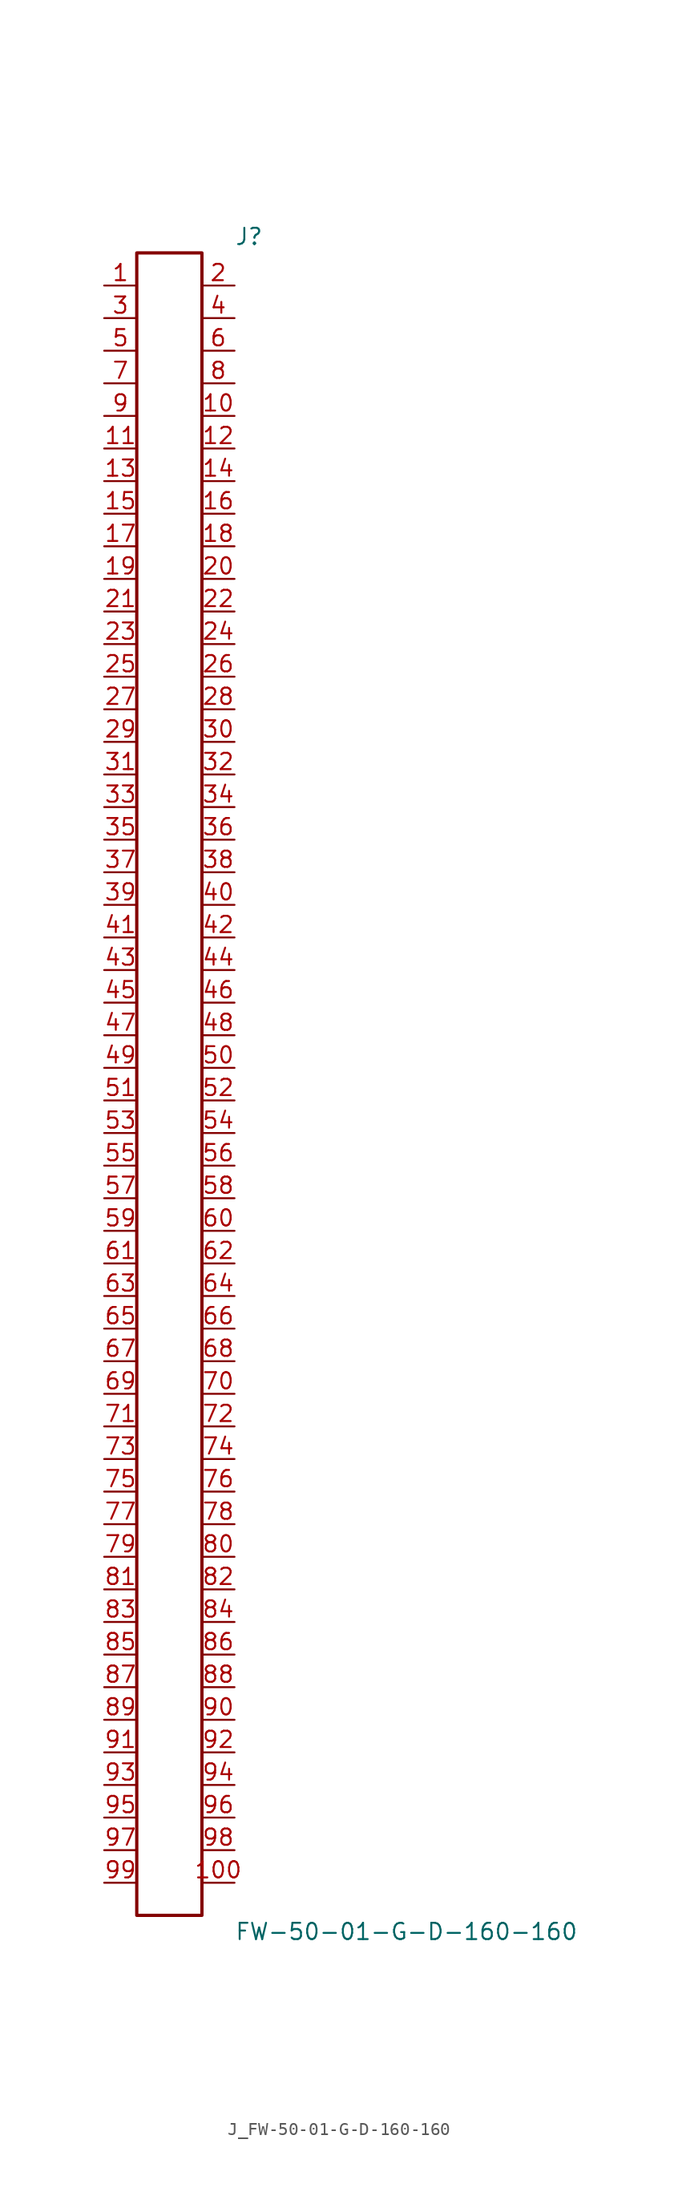
<source format=kicad_sym>
(kicad_symbol_lib
  (version 20231120)
  (generator kicad_symbol_editor)
  (generator_version 8.0)
  (symbol "J_FW-50-01-G-D-160-160"
    (pin_names
      (offset 0.254))
    (property "Reference" "J"
      (at 5.08 66.04 0)
      (effects (font (size 1.27 1.27)) (justify left)))
    (property "Value" "FW-50-01-G-D-160-160"
      (at 5.08 -66.04 0)
      (effects (font (size 1.27 1.27)) (justify left)))
    (symbol "J_FW-50-01-G-D-160-160_0_0"
      (pin unspecified line (at -5.08 62.23 0) (length 2.54) (name "" (effects (font (size 1.27 1.27)))) (number "1" (effects (font (size 1.27 1.27)))))
      (pin unspecified line (at 5.08 62.23 180) (length 2.54) (name "" (effects (font (size 1.27 1.27)))) (number "2" (effects (font (size 1.27 1.27)))))
      (pin unspecified line (at -5.08 59.69 0) (length 2.54) (name "" (effects (font (size 1.27 1.27)))) (number "3" (effects (font (size 1.27 1.27)))))
      (pin unspecified line (at 5.08 59.69 180) (length 2.54) (name "" (effects (font (size 1.27 1.27)))) (number "4" (effects (font (size 1.27 1.27)))))
      (pin unspecified line (at -5.08 57.15 0) (length 2.54) (name "" (effects (font (size 1.27 1.27)))) (number "5" (effects (font (size 1.27 1.27)))))
      (pin unspecified line (at 5.08 57.15 180) (length 2.54) (name "" (effects (font (size 1.27 1.27)))) (number "6" (effects (font (size 1.27 1.27)))))
      (pin unspecified line (at -5.08 54.61 0) (length 2.54) (name "" (effects (font (size 1.27 1.27)))) (number "7" (effects (font (size 1.27 1.27)))))
      (pin unspecified line (at 5.08 54.61 180) (length 2.54) (name "" (effects (font (size 1.27 1.27)))) (number "8" (effects (font (size 1.27 1.27)))))
      (pin unspecified line (at -5.08 52.07 0) (length 2.54) (name "" (effects (font (size 1.27 1.27)))) (number "9" (effects (font (size 1.27 1.27)))))
      (pin unspecified line (at 5.08 52.07 180) (length 2.54) (name "" (effects (font (size 1.27 1.27)))) (number "10" (effects (font (size 1.27 1.27)))))
      (pin unspecified line (at -5.08 49.53 0) (length 2.54) (name "" (effects (font (size 1.27 1.27)))) (number "11" (effects (font (size 1.27 1.27)))))
      (pin unspecified line (at 5.08 49.53 180) (length 2.54) (name "" (effects (font (size 1.27 1.27)))) (number "12" (effects (font (size 1.27 1.27)))))
      (pin unspecified line (at -5.08 46.99 0) (length 2.54) (name "" (effects (font (size 1.27 1.27)))) (number "13" (effects (font (size 1.27 1.27)))))
      (pin unspecified line (at 5.08 46.99 180) (length 2.54) (name "" (effects (font (size 1.27 1.27)))) (number "14" (effects (font (size 1.27 1.27)))))
      (pin unspecified line (at -5.08 44.45 0) (length 2.54) (name "" (effects (font (size 1.27 1.27)))) (number "15" (effects (font (size 1.27 1.27)))))
      (pin unspecified line (at 5.08 44.45 180) (length 2.54) (name "" (effects (font (size 1.27 1.27)))) (number "16" (effects (font (size 1.27 1.27)))))
      (pin unspecified line (at -5.08 41.91 0) (length 2.54) (name "" (effects (font (size 1.27 1.27)))) (number "17" (effects (font (size 1.27 1.27)))))
      (pin unspecified line (at 5.08 41.91 180) (length 2.54) (name "" (effects (font (size 1.27 1.27)))) (number "18" (effects (font (size 1.27 1.27)))))
      (pin unspecified line (at -5.08 39.37 0) (length 2.54) (name "" (effects (font (size 1.27 1.27)))) (number "19" (effects (font (size 1.27 1.27)))))
      (pin unspecified line (at 5.08 39.37 180) (length 2.54) (name "" (effects (font (size 1.27 1.27)))) (number "20" (effects (font (size 1.27 1.27)))))
      (pin unspecified line (at -5.08 36.83 0) (length 2.54) (name "" (effects (font (size 1.27 1.27)))) (number "21" (effects (font (size 1.27 1.27)))))
      (pin unspecified line (at 5.08 36.83 180) (length 2.54) (name "" (effects (font (size 1.27 1.27)))) (number "22" (effects (font (size 1.27 1.27)))))
      (pin unspecified line (at -5.08 34.29 0) (length 2.54) (name "" (effects (font (size 1.27 1.27)))) (number "23" (effects (font (size 1.27 1.27)))))
      (pin unspecified line (at 5.08 34.29 180) (length 2.54) (name "" (effects (font (size 1.27 1.27)))) (number "24" (effects (font (size 1.27 1.27)))))
      (pin unspecified line (at -5.08 31.75 0) (length 2.54) (name "" (effects (font (size 1.27 1.27)))) (number "25" (effects (font (size 1.27 1.27)))))
      (pin unspecified line (at 5.08 31.75 180) (length 2.54) (name "" (effects (font (size 1.27 1.27)))) (number "26" (effects (font (size 1.27 1.27)))))
      (pin unspecified line (at -5.08 29.21 0) (length 2.54) (name "" (effects (font (size 1.27 1.27)))) (number "27" (effects (font (size 1.27 1.27)))))
      (pin unspecified line (at 5.08 29.21 180) (length 2.54) (name "" (effects (font (size 1.27 1.27)))) (number "28" (effects (font (size 1.27 1.27)))))
      (pin unspecified line (at -5.08 26.67 0) (length 2.54) (name "" (effects (font (size 1.27 1.27)))) (number "29" (effects (font (size 1.27 1.27)))))
      (pin unspecified line (at 5.08 26.67 180) (length 2.54) (name "" (effects (font (size 1.27 1.27)))) (number "30" (effects (font (size 1.27 1.27)))))
      (pin unspecified line (at -5.08 24.13 0) (length 2.54) (name "" (effects (font (size 1.27 1.27)))) (number "31" (effects (font (size 1.27 1.27)))))
      (pin unspecified line (at 5.08 24.13 180) (length 2.54) (name "" (effects (font (size 1.27 1.27)))) (number "32" (effects (font (size 1.27 1.27)))))
      (pin unspecified line (at -5.08 21.59 0) (length 2.54) (name "" (effects (font (size 1.27 1.27)))) (number "33" (effects (font (size 1.27 1.27)))))
      (pin unspecified line (at 5.08 21.59 180) (length 2.54) (name "" (effects (font (size 1.27 1.27)))) (number "34" (effects (font (size 1.27 1.27)))))
      (pin unspecified line (at -5.08 19.05 0) (length 2.54) (name "" (effects (font (size 1.27 1.27)))) (number "35" (effects (font (size 1.27 1.27)))))
      (pin unspecified line (at 5.08 19.05 180) (length 2.54) (name "" (effects (font (size 1.27 1.27)))) (number "36" (effects (font (size 1.27 1.27)))))
      (pin unspecified line (at -5.08 16.51 0) (length 2.54) (name "" (effects (font (size 1.27 1.27)))) (number "37" (effects (font (size 1.27 1.27)))))
      (pin unspecified line (at 5.08 16.51 180) (length 2.54) (name "" (effects (font (size 1.27 1.27)))) (number "38" (effects (font (size 1.27 1.27)))))
      (pin unspecified line (at -5.08 13.97 0) (length 2.54) (name "" (effects (font (size 1.27 1.27)))) (number "39" (effects (font (size 1.27 1.27)))))
      (pin unspecified line (at 5.08 13.97 180) (length 2.54) (name "" (effects (font (size 1.27 1.27)))) (number "40" (effects (font (size 1.27 1.27)))))
      (pin unspecified line (at -5.08 11.43 0) (length 2.54) (name "" (effects (font (size 1.27 1.27)))) (number "41" (effects (font (size 1.27 1.27)))))
      (pin unspecified line (at 5.08 11.43 180) (length 2.54) (name "" (effects (font (size 1.27 1.27)))) (number "42" (effects (font (size 1.27 1.27)))))
      (pin unspecified line (at -5.08 8.89 0) (length 2.54) (name "" (effects (font (size 1.27 1.27)))) (number "43" (effects (font (size 1.27 1.27)))))
      (pin unspecified line (at 5.08 8.89 180) (length 2.54) (name "" (effects (font (size 1.27 1.27)))) (number "44" (effects (font (size 1.27 1.27)))))
      (pin unspecified line (at -5.08 6.35 0) (length 2.54) (name "" (effects (font (size 1.27 1.27)))) (number "45" (effects (font (size 1.27 1.27)))))
      (pin unspecified line (at 5.08 6.35 180) (length 2.54) (name "" (effects (font (size 1.27 1.27)))) (number "46" (effects (font (size 1.27 1.27)))))
      (pin unspecified line (at -5.08 3.81 0) (length 2.54) (name "" (effects (font (size 1.27 1.27)))) (number "47" (effects (font (size 1.27 1.27)))))
      (pin unspecified line (at 5.08 3.81 180) (length 2.54) (name "" (effects (font (size 1.27 1.27)))) (number "48" (effects (font (size 1.27 1.27)))))
      (pin unspecified line (at -5.08 1.27 0) (length 2.54) (name "" (effects (font (size 1.27 1.27)))) (number "49" (effects (font (size 1.27 1.27)))))
      (pin unspecified line (at 5.08 1.27 180) (length 2.54) (name "" (effects (font (size 1.27 1.27)))) (number "50" (effects (font (size 1.27 1.27)))))
      (pin unspecified line (at -5.08 -1.27 0) (length 2.54) (name "" (effects (font (size 1.27 1.27)))) (number "51" (effects (font (size 1.27 1.27)))))
      (pin unspecified line (at 5.08 -1.27 180) (length 2.54) (name "" (effects (font (size 1.27 1.27)))) (number "52" (effects (font (size 1.27 1.27)))))
      (pin unspecified line (at -5.08 -3.81 0) (length 2.54) (name "" (effects (font (size 1.27 1.27)))) (number "53" (effects (font (size 1.27 1.27)))))
      (pin unspecified line (at 5.08 -3.81 180) (length 2.54) (name "" (effects (font (size 1.27 1.27)))) (number "54" (effects (font (size 1.27 1.27)))))
      (pin unspecified line (at -5.08 -6.35 0) (length 2.54) (name "" (effects (font (size 1.27 1.27)))) (number "55" (effects (font (size 1.27 1.27)))))
      (pin unspecified line (at 5.08 -6.35 180) (length 2.54) (name "" (effects (font (size 1.27 1.27)))) (number "56" (effects (font (size 1.27 1.27)))))
      (pin unspecified line (at -5.08 -8.89 0) (length 2.54) (name "" (effects (font (size 1.27 1.27)))) (number "57" (effects (font (size 1.27 1.27)))))
      (pin unspecified line (at 5.08 -8.89 180) (length 2.54) (name "" (effects (font (size 1.27 1.27)))) (number "58" (effects (font (size 1.27 1.27)))))
      (pin unspecified line (at -5.08 -11.43 0) (length 2.54) (name "" (effects (font (size 1.27 1.27)))) (number "59" (effects (font (size 1.27 1.27)))))
      (pin unspecified line (at 5.08 -11.43 180) (length 2.54) (name "" (effects (font (size 1.27 1.27)))) (number "60" (effects (font (size 1.27 1.27)))))
      (pin unspecified line (at -5.08 -13.97 0) (length 2.54) (name "" (effects (font (size 1.27 1.27)))) (number "61" (effects (font (size 1.27 1.27)))))
      (pin unspecified line (at 5.08 -13.97 180) (length 2.54) (name "" (effects (font (size 1.27 1.27)))) (number "62" (effects (font (size 1.27 1.27)))))
      (pin unspecified line (at -5.08 -16.51 0) (length 2.54) (name "" (effects (font (size 1.27 1.27)))) (number "63" (effects (font (size 1.27 1.27)))))
      (pin unspecified line (at 5.08 -16.51 180) (length 2.54) (name "" (effects (font (size 1.27 1.27)))) (number "64" (effects (font (size 1.27 1.27)))))
      (pin unspecified line (at -5.08 -19.05 0) (length 2.54) (name "" (effects (font (size 1.27 1.27)))) (number "65" (effects (font (size 1.27 1.27)))))
      (pin unspecified line (at 5.08 -19.05 180) (length 2.54) (name "" (effects (font (size 1.27 1.27)))) (number "66" (effects (font (size 1.27 1.27)))))
      (pin unspecified line (at -5.08 -21.59 0) (length 2.54) (name "" (effects (font (size 1.27 1.27)))) (number "67" (effects (font (size 1.27 1.27)))))
      (pin unspecified line (at 5.08 -21.59 180) (length 2.54) (name "" (effects (font (size 1.27 1.27)))) (number "68" (effects (font (size 1.27 1.27)))))
      (pin unspecified line (at -5.08 -24.13 0) (length 2.54) (name "" (effects (font (size 1.27 1.27)))) (number "69" (effects (font (size 1.27 1.27)))))
      (pin unspecified line (at 5.08 -24.13 180) (length 2.54) (name "" (effects (font (size 1.27 1.27)))) (number "70" (effects (font (size 1.27 1.27)))))
      (pin unspecified line (at -5.08 -26.67 0) (length 2.54) (name "" (effects (font (size 1.27 1.27)))) (number "71" (effects (font (size 1.27 1.27)))))
      (pin unspecified line (at 5.08 -26.67 180) (length 2.54) (name "" (effects (font (size 1.27 1.27)))) (number "72" (effects (font (size 1.27 1.27)))))
      (pin unspecified line (at -5.08 -29.21 0) (length 2.54) (name "" (effects (font (size 1.27 1.27)))) (number "73" (effects (font (size 1.27 1.27)))))
      (pin unspecified line (at 5.08 -29.21 180) (length 2.54) (name "" (effects (font (size 1.27 1.27)))) (number "74" (effects (font (size 1.27 1.27)))))
      (pin unspecified line (at -5.08 -31.75 0) (length 2.54) (name "" (effects (font (size 1.27 1.27)))) (number "75" (effects (font (size 1.27 1.27)))))
      (pin unspecified line (at 5.08 -31.75 180) (length 2.54) (name "" (effects (font (size 1.27 1.27)))) (number "76" (effects (font (size 1.27 1.27)))))
      (pin unspecified line (at -5.08 -34.29 0) (length 2.54) (name "" (effects (font (size 1.27 1.27)))) (number "77" (effects (font (size 1.27 1.27)))))
      (pin unspecified line (at 5.08 -34.29 180) (length 2.54) (name "" (effects (font (size 1.27 1.27)))) (number "78" (effects (font (size 1.27 1.27)))))
      (pin unspecified line (at -5.08 -36.83 0) (length 2.54) (name "" (effects (font (size 1.27 1.27)))) (number "79" (effects (font (size 1.27 1.27)))))
      (pin unspecified line (at 5.08 -36.83 180) (length 2.54) (name "" (effects (font (size 1.27 1.27)))) (number "80" (effects (font (size 1.27 1.27)))))
      (pin unspecified line (at -5.08 -39.37 0) (length 2.54) (name "" (effects (font (size 1.27 1.27)))) (number "81" (effects (font (size 1.27 1.27)))))
      (pin unspecified line (at 5.08 -39.37 180) (length 2.54) (name "" (effects (font (size 1.27 1.27)))) (number "82" (effects (font (size 1.27 1.27)))))
      (pin unspecified line (at -5.08 -41.91 0) (length 2.54) (name "" (effects (font (size 1.27 1.27)))) (number "83" (effects (font (size 1.27 1.27)))))
      (pin unspecified line (at 5.08 -41.91 180) (length 2.54) (name "" (effects (font (size 1.27 1.27)))) (number "84" (effects (font (size 1.27 1.27)))))
      (pin unspecified line (at -5.08 -44.45 0) (length 2.54) (name "" (effects (font (size 1.27 1.27)))) (number "85" (effects (font (size 1.27 1.27)))))
      (pin unspecified line (at 5.08 -44.45 180) (length 2.54) (name "" (effects (font (size 1.27 1.27)))) (number "86" (effects (font (size 1.27 1.27)))))
      (pin unspecified line (at -5.08 -46.99 0) (length 2.54) (name "" (effects (font (size 1.27 1.27)))) (number "87" (effects (font (size 1.27 1.27)))))
      (pin unspecified line (at 5.08 -46.99 180) (length 2.54) (name "" (effects (font (size 1.27 1.27)))) (number "88" (effects (font (size 1.27 1.27)))))
      (pin unspecified line (at -5.08 -49.53 0) (length 2.54) (name "" (effects (font (size 1.27 1.27)))) (number "89" (effects (font (size 1.27 1.27)))))
      (pin unspecified line (at 5.08 -49.53 180) (length 2.54) (name "" (effects (font (size 1.27 1.27)))) (number "90" (effects (font (size 1.27 1.27)))))
      (pin unspecified line (at -5.08 -52.07 0) (length 2.54) (name "" (effects (font (size 1.27 1.27)))) (number "91" (effects (font (size 1.27 1.27)))))
      (pin unspecified line (at 5.08 -52.07 180) (length 2.54) (name "" (effects (font (size 1.27 1.27)))) (number "92" (effects (font (size 1.27 1.27)))))
      (pin unspecified line (at -5.08 -54.61 0) (length 2.54) (name "" (effects (font (size 1.27 1.27)))) (number "93" (effects (font (size 1.27 1.27)))))
      (pin unspecified line (at 5.08 -54.61 180) (length 2.54) (name "" (effects (font (size 1.27 1.27)))) (number "94" (effects (font (size 1.27 1.27)))))
      (pin unspecified line (at -5.08 -57.15 0) (length 2.54) (name "" (effects (font (size 1.27 1.27)))) (number "95" (effects (font (size 1.27 1.27)))))
      (pin unspecified line (at 5.08 -57.15 180) (length 2.54) (name "" (effects (font (size 1.27 1.27)))) (number "96" (effects (font (size 1.27 1.27)))))
      (pin unspecified line (at -5.08 -59.69 0) (length 2.54) (name "" (effects (font (size 1.27 1.27)))) (number "97" (effects (font (size 1.27 1.27)))))
      (pin unspecified line (at 5.08 -59.69 180) (length 2.54) (name "" (effects (font (size 1.27 1.27)))) (number "98" (effects (font (size 1.27 1.27)))))
      (pin unspecified line (at -5.08 -62.23 0) (length 2.54) (name "" (effects (font (size 1.27 1.27)))) (number "99" (effects (font (size 1.27 1.27)))))
      (pin unspecified line (at 5.08 -62.23 180) (length 2.54) (name "" (effects (font (size 1.27 1.27)))) (number "100" (effects (font (size 1.27 1.27))))))
    (symbol "J_FW-50-01-G-D-160-160_1_0"
      (rectangle (start -2.54 64.77) (end 2.54 -64.77) (stroke (width 0.254) (type solid)) (fill (type none))))))
</source>
